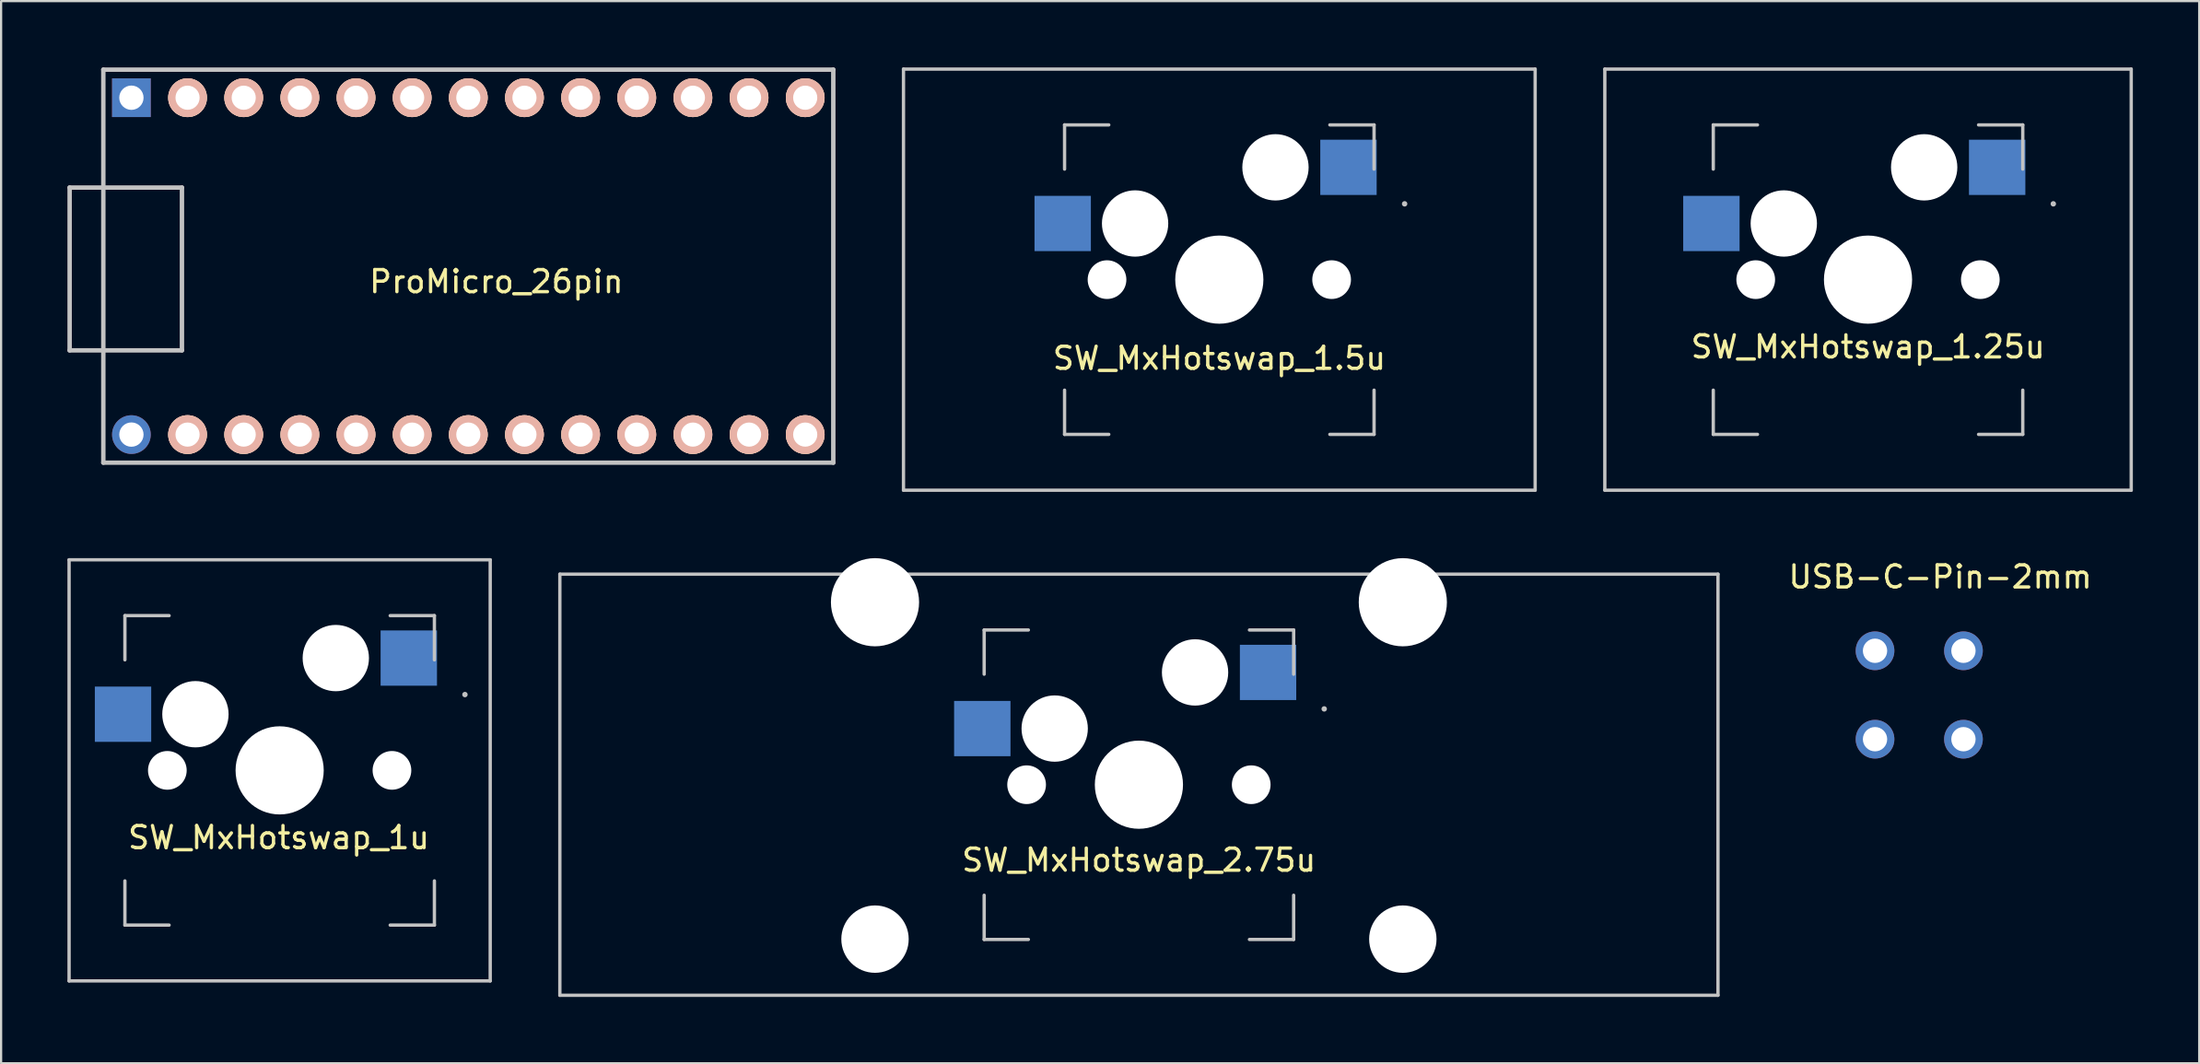
<source format=kicad_pcb>
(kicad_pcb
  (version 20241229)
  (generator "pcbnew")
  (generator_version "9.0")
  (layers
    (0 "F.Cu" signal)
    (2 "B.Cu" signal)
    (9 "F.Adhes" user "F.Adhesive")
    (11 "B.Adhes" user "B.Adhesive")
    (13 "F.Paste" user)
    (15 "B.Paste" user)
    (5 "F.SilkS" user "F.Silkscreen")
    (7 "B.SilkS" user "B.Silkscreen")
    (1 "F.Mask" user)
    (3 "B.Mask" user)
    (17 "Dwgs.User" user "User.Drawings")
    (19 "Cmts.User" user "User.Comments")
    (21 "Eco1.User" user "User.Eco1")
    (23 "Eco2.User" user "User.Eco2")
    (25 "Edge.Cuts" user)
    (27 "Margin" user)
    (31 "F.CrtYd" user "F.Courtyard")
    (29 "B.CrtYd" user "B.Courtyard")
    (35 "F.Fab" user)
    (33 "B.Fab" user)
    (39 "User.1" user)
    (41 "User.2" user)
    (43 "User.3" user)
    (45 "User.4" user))
  (footprint "SW_MxHotswap_1.25u"
    (layer "F.Cu")
    (at 81.45 9.6)
    (property "Reference" "SW_MxHotswap_1.25u" (at 0 3.04 0) (layer "F.SilkS") (effects (font (size 1 1) (thickness 0.15))))
    (attr through_hole)
    (fp_line (start -11.906 -9.525) (end 11.906 -9.525) (stroke (width 0.15) (type solid)) (layer "Dwgs.User"))
    (fp_line (start -11.906 9.525) (end -11.906 -9.525) (stroke (width 0.15) (type solid)) (layer "Dwgs.User"))
    (fp_line (start -7 -7) (end -7 -5) (stroke (width 0.15) (type solid)) (layer "Dwgs.User"))
    (fp_line (start -7 5) (end -7 7) (stroke (width 0.15) (type solid)) (layer "Dwgs.User"))
    (fp_line (start -7 7) (end -5 7) (stroke (width 0.15) (type solid)) (layer "Dwgs.User"))
    (fp_line (start -5 -7) (end -7 -7) (stroke (width 0.15) (type solid)) (layer "Dwgs.User"))
    (fp_line (start 5 -7) (end 7 -7) (stroke (width 0.15) (type solid)) (layer "Dwgs.User"))
    (fp_line (start 5 7) (end 7 7) (stroke (width 0.15) (type solid)) (layer "Dwgs.User"))
    (fp_line (start 7 -7) (end 7 -5) (stroke (width 0.15) (type solid)) (layer "Dwgs.User"))
    (fp_line (start 7 7) (end 7 5) (stroke (width 0.15) (type solid)) (layer "Dwgs.User"))
    (fp_line (start 11.906 -9.525) (end 11.906 9.525) (stroke (width 0.15) (type solid)) (layer "Dwgs.User"))
    (fp_line (start 11.906 9.525) (end -11.906 9.525) (stroke (width 0.15) (type solid)) (layer "Dwgs.User"))
    (fp_circle (center 8.382 -3.429) (end 8.445 -3.429) (stroke (width 0.12) (type solid)) (fill no) (layer "Dwgs.User"))
    (pad "" np_thru_hole circle (at -5.08 0 48.1) (size 1.75 1.75) (drill 1.75) (layers "*.Cu" "*.Mask"))
    (pad "" np_thru_hole circle (at -3.81 -2.54) (size 3 3) (drill 3) (layers "*.Cu" "*.Mask"))
    (pad "" np_thru_hole circle (at 0 0) (size 3.988 3.988) (drill 3.988) (layers "*.Cu" "*.Mask"))
    (pad "" np_thru_hole circle (at 2.54 -5.08) (size 3 3) (drill 3) (layers "*.Cu" "*.Mask"))
    (pad "" np_thru_hole circle (at 5.08 0 48.1) (size 1.75 1.75) (drill 1.75) (layers "*.Cu" "*.Mask"))
    (pad "1" smd rect (at -7.085 -2.54) (size 2.55 2.5) (layers "B.Cu" "B.Mask" "B.Paste"))
    (pad "2" smd rect (at 5.842 -5.08) (size 2.55 2.5) (layers "B.Cu" "B.Mask" "B.Paste")))
  (footprint "SW_MxHotswap_1.5u"
    (layer "F.Cu")
    (at 52.106 9.6)
    (property "Reference" "SW_MxHotswap_1.5u" (at 0 3.556 0) (layer "F.SilkS") (effects (font (size 1 1) (thickness 0.15))))
    (attr through_hole)
    (fp_line (start -14.287 -9.525) (end 14.287 -9.525) (stroke (width 0.15) (type solid)) (layer "Dwgs.User"))
    (fp_line (start -14.287 9.525) (end -14.287 -9.525) (stroke (width 0.15) (type solid)) (layer "Dwgs.User"))
    (fp_line (start -7 -7) (end -7 -5) (stroke (width 0.15) (type solid)) (layer "Dwgs.User"))
    (fp_line (start -7 5) (end -7 7) (stroke (width 0.15) (type solid)) (layer "Dwgs.User"))
    (fp_line (start -7 7) (end -5 7) (stroke (width 0.15) (type solid)) (layer "Dwgs.User"))
    (fp_line (start -5 -7) (end -7 -7) (stroke (width 0.15) (type solid)) (layer "Dwgs.User"))
    (fp_line (start 5 -7) (end 7 -7) (stroke (width 0.15) (type solid)) (layer "Dwgs.User"))
    (fp_line (start 5 7) (end 7 7) (stroke (width 0.15) (type solid)) (layer "Dwgs.User"))
    (fp_line (start 7 -7) (end 7 -5) (stroke (width 0.15) (type solid)) (layer "Dwgs.User"))
    (fp_line (start 7 7) (end 7 5) (stroke (width 0.15) (type solid)) (layer "Dwgs.User"))
    (fp_line (start 14.287 -9.525) (end 14.287 9.525) (stroke (width 0.15) (type solid)) (layer "Dwgs.User"))
    (fp_line (start 14.287 9.525) (end -14.287 9.525) (stroke (width 0.15) (type solid)) (layer "Dwgs.User"))
    (fp_circle (center 8.382 -3.429) (end 8.445 -3.429) (stroke (width 0.12) (type solid)) (fill no) (layer "Dwgs.User"))
    (pad "" np_thru_hole circle (at -5.08 0 48.1) (size 1.75 1.75) (drill 1.75) (layers "*.Cu" "*.Mask"))
    (pad "" np_thru_hole circle (at -3.81 -2.54) (size 3 3) (drill 3) (layers "*.Cu" "*.Mask"))
    (pad "" np_thru_hole circle (at 0 0) (size 3.988 3.988) (drill 3.988) (layers "*.Cu" "*.Mask"))
    (pad "" np_thru_hole circle (at 2.54 -5.08) (size 3 3) (drill 3) (layers "*.Cu" "*.Mask"))
    (pad "" np_thru_hole circle (at 5.08 0 48.1) (size 1.75 1.75) (drill 1.75) (layers "*.Cu" "*.Mask"))
    (pad "1" smd rect (at -7.085 -2.54) (size 2.55 2.5) (layers "B.Cu" "B.Mask" "B.Paste"))
    (pad "2" smd rect (at 5.842 -5.08) (size 2.55 2.5) (layers "B.Cu" "B.Mask" "B.Paste")))
  (footprint "USB-C-Pin-2mm"
    (layer "F.Cu")
    (at 83.767 28.39)
    (property "Reference" "USB-C-Pin-2mm" (at 0.953 -5.342 0) (layer "F.SilkS") (effects (font (size 1 1) (thickness 0.15))))
    (attr through_hole)
    (pad "1" thru_hole circle (at -2 -2) (size 1.75 1.75) (drill 1.1) (layers "*.Cu" "*.Mask"))
    (pad "2" thru_hole circle (at 2 -2) (size 1.75 1.75) (drill 1.1) (layers "*.Cu" "*.Mask"))
    (pad "3" thru_hole circle (at -2 2) (size 1.75 1.75) (drill 1.1) (layers "*.Cu" "*.Mask"))
    (pad "4" thru_hole circle (at 2 2) (size 1.75 1.75) (drill 1.1) (layers "*.Cu" "*.Mask")))
  (footprint "SW_MxHotswap_1u"
    (layer "F.Cu")
    (at 9.6 31.8)
    (property "Reference" "SW_MxHotswap_1u" (at -0.04 3.04 0) (layer "F.SilkS") (effects (font (size 1 1) (thickness 0.15))))
    (attr through_hole)
    (fp_line (start -9.525 -9.525) (end 9.525 -9.525) (stroke (width 0.15) (type solid)) (layer "Dwgs.User"))
    (fp_line (start -9.525 9.525) (end -9.525 -9.525) (stroke (width 0.15) (type solid)) (layer "Dwgs.User"))
    (fp_line (start -7 -7) (end -7 -5) (stroke (width 0.15) (type solid)) (layer "Dwgs.User"))
    (fp_line (start -7 7) (end -7 5) (stroke (width 0.15) (type solid)) (layer "Dwgs.User"))
    (fp_line (start -5 -7) (end -7 -7) (stroke (width 0.15) (type solid)) (layer "Dwgs.User"))
    (fp_line (start -5 7) (end -7 7) (stroke (width 0.15) (type solid)) (layer "Dwgs.User"))
    (fp_line (start 5 -7) (end 7 -7) (stroke (width 0.15) (type solid)) (layer "Dwgs.User"))
    (fp_line (start 7 -7) (end 7 -5) (stroke (width 0.15) (type solid)) (layer "Dwgs.User"))
    (fp_line (start 7 5) (end 7 7) (stroke (width 0.15) (type solid)) (layer "Dwgs.User"))
    (fp_line (start 7 7) (end 5 7) (stroke (width 0.15) (type solid)) (layer "Dwgs.User"))
    (fp_line (start 9.525 -9.525) (end 9.525 9.525) (stroke (width 0.15) (type solid)) (layer "Dwgs.User"))
    (fp_line (start 9.525 9.525) (end -9.525 9.525) (stroke (width 0.15) (type solid)) (layer "Dwgs.User"))
    (fp_circle (center 8.382 -3.429) (end 8.445 -3.429) (stroke (width 0.12) (type solid)) (fill no) (layer "Dwgs.User"))
    (pad "" np_thru_hole circle (at -5.08 0 48.1) (size 1.75 1.75) (drill 1.75) (layers "*.Cu" "*.Mask"))
    (pad "" np_thru_hole circle (at -3.81 -2.54) (size 3 3) (drill 3) (layers "*.Cu" "*.Mask"))
    (pad "" np_thru_hole circle (at 0 0) (size 3.988 3.988) (drill 3.988) (layers "*.Cu" "*.Mask"))
    (pad "" np_thru_hole circle (at 2.54 -5.08) (size 3 3) (drill 3) (layers "*.Cu" "*.Mask"))
    (pad "" np_thru_hole circle (at 5.08 0 48.1) (size 1.75 1.75) (drill 1.75) (layers "*.Cu" "*.Mask"))
    (pad "1" smd rect (at -7.085 -2.54) (size 2.55 2.5) (layers "B.Cu" "B.Mask" "B.Paste"))
    (pad "2" smd rect (at 5.842 -5.08) (size 2.55 2.5) (layers "B.Cu" "B.Mask" "B.Paste")))
  (footprint "ProMicro_26pin"
    (layer "F.Cu")
    (at 19.404 8.99)
    (property "Reference" "ProMicro_26pin" (at 0 0.699 0) (layer "F.SilkS") (effects (font (size 1 1) (thickness 0.15))))
    (attr through_hole)
    (fp_line (start -19.304 -3.556) (end -14.224 -3.556) (stroke (width 0.2) (type solid)) (layer "Dwgs.User"))
    (fp_line (start -19.304 3.81) (end -19.304 -3.556) (stroke (width 0.2) (type solid)) (layer "Dwgs.User"))
    (fp_line (start -17.78 -8.89) (end -17.78 8.89) (stroke (width 0.2) (type solid)) (layer "Dwgs.User"))
    (fp_line (start -17.78 8.89) (end 15.24 8.89) (stroke (width 0.2) (type solid)) (layer "Dwgs.User"))
    (fp_line (start -14.224 -3.556) (end -14.224 3.81) (stroke (width 0.2) (type solid)) (layer "Dwgs.User"))
    (fp_line (start -14.224 3.81) (end -19.304 3.81) (stroke (width 0.2) (type solid)) (layer "Dwgs.User"))
    (fp_line (start 15.24 -8.89) (end -17.78 -8.89) (stroke (width 0.2) (type solid)) (layer "Dwgs.User"))
    (fp_line (start 15.24 8.89) (end 15.24 -8.89) (stroke (width 0.2) (type solid)) (layer "Dwgs.User"))
    (pad "1" thru_hole circle (at -16.51 7.62) (size 1.75 1.75) (drill 1.1) (layers "*.Cu" "*.Mask"))
    (pad "2" thru_hole circle (at -13.97 7.62) (size 1.753 1.753) (drill 1.092) (layers "*.Cu" "*.SilkS" "*.Mask"))
    (pad "3" thru_hole circle (at -11.43 7.62) (size 1.753 1.753) (drill 1.092) (layers "*.Cu" "*.SilkS" "*.Mask"))
    (pad "4" thru_hole circle (at -8.89 7.62) (size 1.753 1.753) (drill 1.092) (layers "*.Cu" "*.SilkS" "*.Mask"))
    (pad "5" thru_hole circle (at -6.35 7.62) (size 1.753 1.753) (drill 1.092) (layers "*.Cu" "*.SilkS" "*.Mask"))
    (pad "6" thru_hole circle (at -3.81 7.62) (size 1.753 1.753) (drill 1.092) (layers "*.Cu" "*.SilkS" "*.Mask"))
    (pad "7" thru_hole circle (at -1.27 7.62) (size 1.753 1.753) (drill 1.092) (layers "*.Cu" "*.SilkS" "*.Mask"))
    (pad "8" thru_hole circle (at 1.27 7.62) (size 1.753 1.753) (drill 1.092) (layers "*.Cu" "*.SilkS" "*.Mask"))
    (pad "9" thru_hole circle (at 3.81 7.62) (size 1.753 1.753) (drill 1.092) (layers "*.Cu" "*.SilkS" "*.Mask"))
    (pad "10" thru_hole circle (at 6.35 7.62) (size 1.753 1.753) (drill 1.092) (layers "*.Cu" "*.SilkS" "*.Mask"))
    (pad "11" thru_hole circle (at 8.89 7.62) (size 1.753 1.753) (drill 1.092) (layers "*.Cu" "*.SilkS" "*.Mask"))
    (pad "12" thru_hole circle (at 11.43 7.62) (size 1.753 1.753) (drill 1.092) (layers "*.Cu" "*.SilkS" "*.Mask"))
    (pad "13" thru_hole circle (at 13.97 7.62) (size 1.753 1.753) (drill 1.092) (layers "*.Cu" "*.SilkS" "*.Mask"))
    (pad "14" thru_hole circle (at 13.97 -7.62) (size 1.753 1.753) (drill 1.092) (layers "*.Cu" "*.SilkS" "*.Mask"))
    (pad "15" thru_hole circle (at 11.43 -7.62) (size 1.753 1.753) (drill 1.092) (layers "*.Cu" "*.SilkS" "*.Mask"))
    (pad "16" thru_hole circle (at 8.89 -7.62) (size 1.753 1.753) (drill 1.092) (layers "*.Cu" "*.SilkS" "*.Mask"))
    (pad "17" thru_hole circle (at 6.35 -7.62) (size 1.753 1.753) (drill 1.092) (layers "*.Cu" "*.SilkS" "*.Mask"))
    (pad "18" thru_hole circle (at 3.81 -7.62) (size 1.753 1.753) (drill 1.092) (layers "*.Cu" "*.SilkS" "*.Mask"))
    (pad "19" thru_hole circle (at 1.27 -7.62) (size 1.753 1.753) (drill 1.092) (layers "*.Cu" "*.SilkS" "*.Mask"))
    (pad "20" thru_hole circle (at -1.27 -7.62) (size 1.753 1.753) (drill 1.092) (layers "*.Cu" "*.SilkS" "*.Mask"))
    (pad "21" thru_hole circle (at -3.81 -7.62) (size 1.753 1.753) (drill 1.092) (layers "*.Cu" "*.SilkS" "*.Mask"))
    (pad "22" thru_hole circle (at -6.35 -7.62) (size 1.753 1.753) (drill 1.092) (layers "*.Cu" "*.SilkS" "*.Mask"))
    (pad "23" thru_hole circle (at -8.89 -7.62) (size 1.753 1.753) (drill 1.092) (layers "*.Cu" "*.SilkS" "*.Mask"))
    (pad "24" thru_hole circle (at -11.43 -7.62) (size 1.753 1.753) (drill 1.092) (layers "*.Cu" "*.SilkS" "*.Mask"))
    (pad "25" thru_hole circle (at -13.97 -7.62) (size 1.753 1.753) (drill 1.092) (layers "*.Cu" "*.SilkS" "*.Mask"))
    (pad "26" thru_hole rect (at -16.51 -7.62) (size 1.75 1.75) (drill 1.1) (layers "*.Cu" "*.Mask")))
  (footprint "SW_MxHotswap_2.75u"
    (layer "F.Cu")
    (at 48.469 32.449)
    (property "Reference" "SW_MxHotswap_2.75u" (at 0 3.41 0) (layer "F.SilkS") (effects (font (size 1 1) (thickness 0.15))))
    (attr through_hole)
    (fp_line (start -26.194 -9.525) (end 26.194 -9.525) (stroke (width 0.15) (type solid)) (layer "Dwgs.User"))
    (fp_line (start -26.194 9.525) (end -26.194 -9.525) (stroke (width 0.15) (type solid)) (layer "Dwgs.User"))
    (fp_line (start -7 -7) (end -7 -5) (stroke (width 0.15) (type solid)) (layer "Dwgs.User"))
    (fp_line (start -7 5) (end -7 7) (stroke (width 0.15) (type solid)) (layer "Dwgs.User"))
    (fp_line (start -7 7) (end -5 7) (stroke (width 0.15) (type solid)) (layer "Dwgs.User"))
    (fp_line (start -5 -7) (end -7 -7) (stroke (width 0.15) (type solid)) (layer "Dwgs.User"))
    (fp_line (start 5 -7) (end 7 -7) (stroke (width 0.15) (type solid)) (layer "Dwgs.User"))
    (fp_line (start 5 7) (end 7 7) (stroke (width 0.15) (type solid)) (layer "Dwgs.User"))
    (fp_line (start 7 -7) (end 7 -5) (stroke (width 0.15) (type solid)) (layer "Dwgs.User"))
    (fp_line (start 7 7) (end 7 5) (stroke (width 0.15) (type solid)) (layer "Dwgs.User"))
    (fp_line (start 26.194 -9.525) (end 26.194 9.525) (stroke (width 0.15) (type solid)) (layer "Dwgs.User"))
    (fp_line (start 26.194 9.525) (end -26.194 9.525) (stroke (width 0.15) (type solid)) (layer "Dwgs.User"))
    (fp_circle (center 8.382 -3.429) (end 8.445 -3.429) (stroke (width 0.12) (type solid)) (fill no) (layer "Dwgs.User"))
    (pad "" np_thru_hole circle (at -11.938 -8.255 180) (size 3.988 3.988) (drill 3.988) (layers "*.Cu" "*.Mask"))
    (pad "" np_thru_hole circle (at -11.938 6.985 180) (size 3.048 3.048) (drill 3.048) (layers "*.Cu" "*.Mask"))
    (pad "" np_thru_hole circle (at -5.08 0 48.1) (size 1.75 1.75) (drill 1.75) (layers "*.Cu" "*.Mask"))
    (pad "" np_thru_hole circle (at -3.81 -2.54) (size 3 3) (drill 3) (layers "*.Cu" "*.Mask"))
    (pad "" np_thru_hole circle (at 0 0) (size 3.988 3.988) (drill 3.988) (layers "*.Cu" "*.Mask"))
    (pad "" np_thru_hole circle (at 2.54 -5.08) (size 3 3) (drill 3) (layers "*.Cu" "*.Mask"))
    (pad "" np_thru_hole circle (at 5.08 0 48.1) (size 1.75 1.75) (drill 1.75) (layers "*.Cu" "*.Mask"))
    (pad "" np_thru_hole circle (at 11.938 -8.255 180) (size 3.988 3.988) (drill 3.988) (layers "*.Cu" "*.Mask"))
    (pad "" np_thru_hole circle (at 11.938 6.985 180) (size 3.048 3.048) (drill 3.048) (layers "*.Cu" "*.Mask"))
    (pad "1" smd rect (at -7.085 -2.54) (size 2.55 2.5) (layers "B.Cu" "B.Mask" "B.Paste"))
    (pad "2" smd rect (at 5.842 -5.08) (size 2.55 2.5) (layers "B.Cu" "B.Mask" "B.Paste")))
  (gr_rect
    (start -3 -3)
    (end 96.431 45.049)
    (stroke (width 0.1) (type default))
    (fill no)
    (layer "Edge.Cuts")))
</source>
